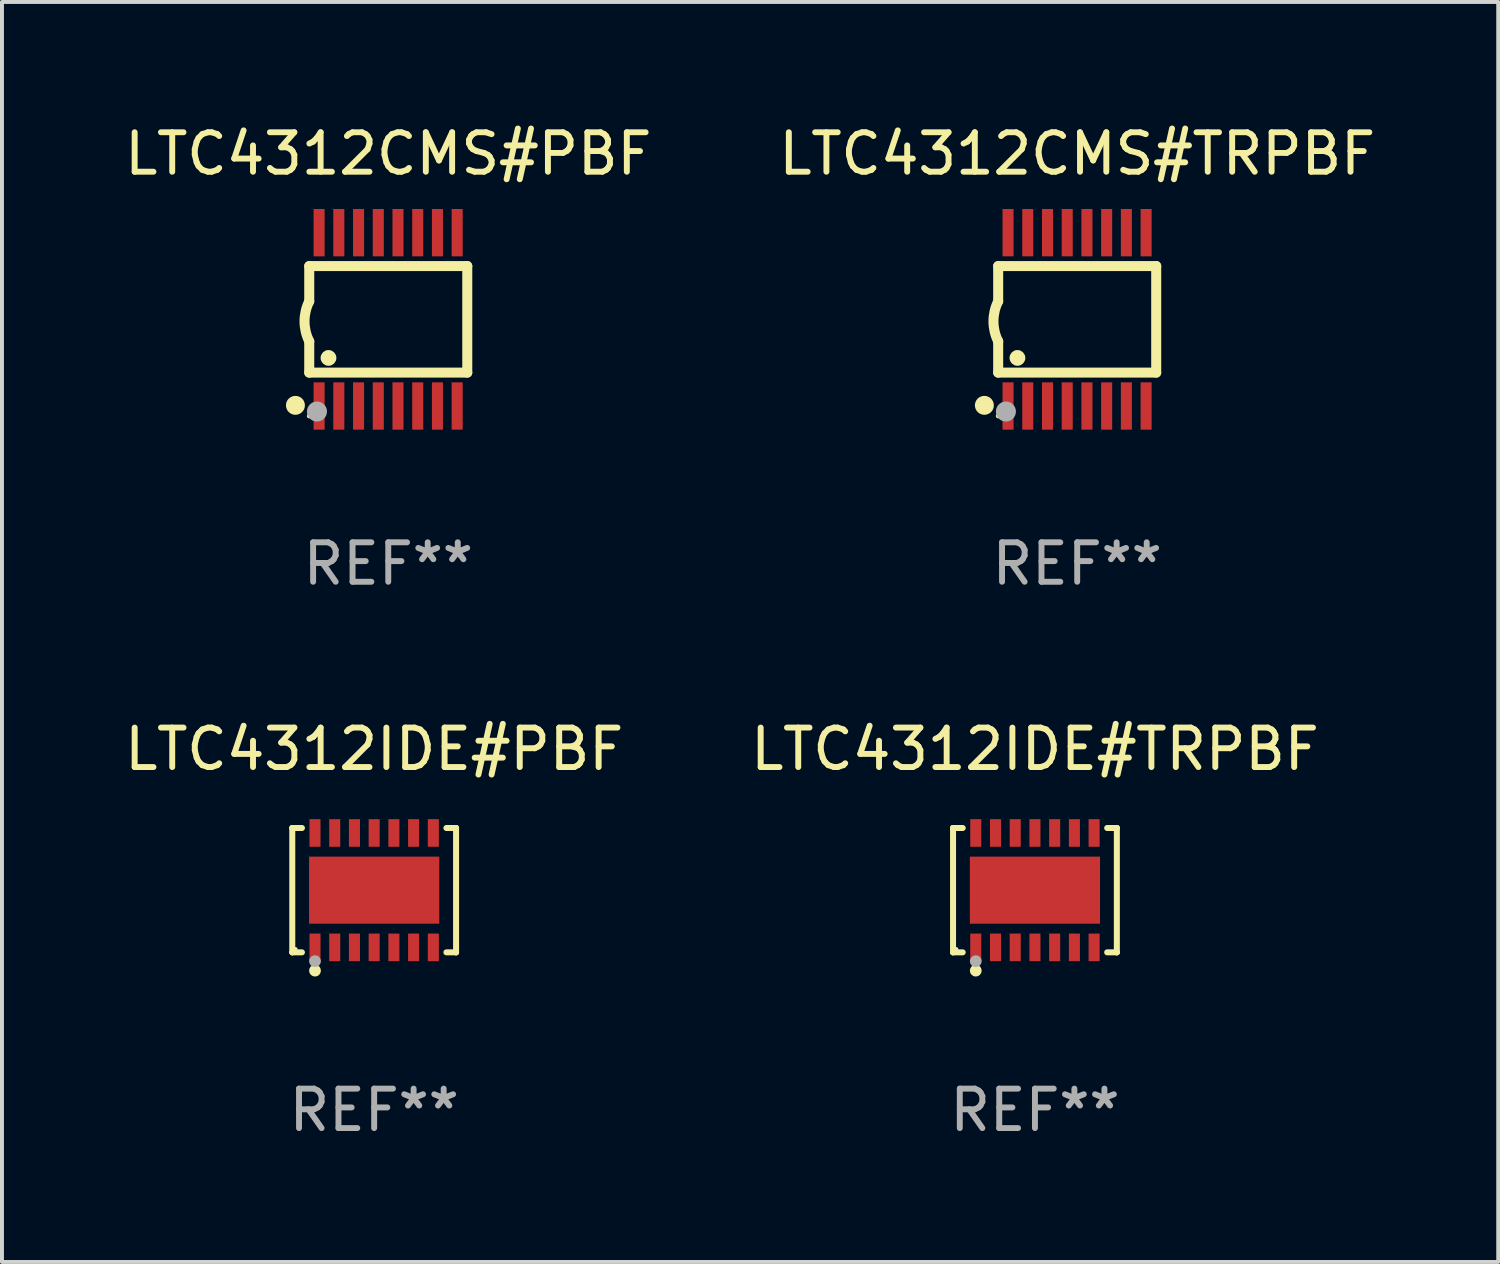
<source format=kicad_pcb>
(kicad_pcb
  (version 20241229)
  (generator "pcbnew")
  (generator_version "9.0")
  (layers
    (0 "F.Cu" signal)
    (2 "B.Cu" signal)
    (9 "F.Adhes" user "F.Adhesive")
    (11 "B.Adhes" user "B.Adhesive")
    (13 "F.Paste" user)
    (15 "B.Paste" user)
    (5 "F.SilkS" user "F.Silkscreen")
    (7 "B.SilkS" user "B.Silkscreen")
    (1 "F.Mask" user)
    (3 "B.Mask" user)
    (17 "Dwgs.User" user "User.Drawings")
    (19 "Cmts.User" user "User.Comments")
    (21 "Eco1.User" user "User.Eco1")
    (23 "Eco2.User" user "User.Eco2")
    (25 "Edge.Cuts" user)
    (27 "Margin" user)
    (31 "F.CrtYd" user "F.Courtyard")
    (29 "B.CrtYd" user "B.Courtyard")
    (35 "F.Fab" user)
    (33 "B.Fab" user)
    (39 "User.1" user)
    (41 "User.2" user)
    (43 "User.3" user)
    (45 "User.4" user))
  (footprint "LTC4312CMS#TRPBF"
    (layer "F.Cu")
    (at 24.256 5.045)
    (property "Reference" "LTC4312CMS#TRPBF" (at 0 -4.197 0) (layer "F.SilkS") (effects (font (size 1 1) (thickness 0.15))))
    (attr through_hole)
    (fp_line (start -2.003 -1.35) (end -2.003 -0.457) (stroke (width 0.254) (type solid)) (layer "F.SilkS"))
    (fp_line (start -2.003 -1.35) (end 2.003 -1.35) (stroke (width 0.254) (type solid)) (layer "F.SilkS"))
    (fp_line (start -2.003 1.35) (end -2.003 0.559) (stroke (width 0.254) (type solid)) (layer "F.SilkS"))
    (fp_line (start -2.003 1.35) (end 2.003 1.35) (stroke (width 0.254) (type solid)) (layer "F.SilkS"))
    (fp_line (start 2.003 -1.35) (end 2.003 1.35) (stroke (width 0.254) (type solid)) (layer "F.SilkS"))
    (fp_arc (start -2.002286 0.558802) (mid -2.122556 0.05092) (end -2.003302 -0.457201) (stroke (width 0.254001) (type solid)) (layer "F.SilkS"))
    (fp_circle (center -2.353 2.18) (end -2.233 2.18) (stroke (width 0.24) (type solid)) (fill no) (layer "F.SilkS"))
    (fp_circle (center -2.003 2.45) (end -1.973 2.45) (stroke (width 0.06) (type solid)) (fill no) (layer "F.SilkS"))
    (fp_circle (center -1.515 0.978) (end -1.415 0.978) (stroke (width 0.2) (type solid)) (fill no) (layer "F.SilkS"))
    (fp_circle (center -1.807 2.337) (end -1.68 2.337) (stroke (width 0.254) (type solid)) (fill no) (layer "F.Fab"))
    (fp_text user "REF**" (at 0 6.197 0) (layer "F.Fab") (effects (font (size 1 1) (thickness 0.15))))
    (pad "1" smd rect (at -1.753 2.197 90) (size 1.2 0.28) (layers "F.Cu" "F.Mask" "F.Paste"))
    (pad "2" smd rect (at -1.253 2.197 90) (size 1.2 0.28) (layers "F.Cu" "F.Mask" "F.Paste"))
    (pad "3" smd rect (at -0.753 2.197 90) (size 1.2 0.28) (layers "F.Cu" "F.Mask" "F.Paste"))
    (pad "4" smd rect (at -0.253 2.197 90) (size 1.2 0.28) (layers "F.Cu" "F.Mask" "F.Paste"))
    (pad "5" smd rect (at 0.247 2.197 90) (size 1.2 0.28) (layers "F.Cu" "F.Mask" "F.Paste"))
    (pad "6" smd rect (at 0.747 2.197 90) (size 1.2 0.28) (layers "F.Cu" "F.Mask" "F.Paste"))
    (pad "7" smd rect (at 1.247 2.197 90) (size 1.2 0.28) (layers "F.Cu" "F.Mask" "F.Paste"))
    (pad "8" smd rect (at 1.747 2.197 90) (size 1.2 0.28) (layers "F.Cu" "F.Mask" "F.Paste"))
    (pad "9" smd rect (at 1.747 -2.197 90) (size 1.2 0.28) (layers "F.Cu" "F.Mask" "F.Paste"))
    (pad "10" smd rect (at 1.247 -2.197 90) (size 1.2 0.28) (layers "F.Cu" "F.Mask" "F.Paste"))
    (pad "11" smd rect (at 0.747 -2.197 90) (size 1.2 0.28) (layers "F.Cu" "F.Mask" "F.Paste"))
    (pad "12" smd rect (at 0.247 -2.197 90) (size 1.2 0.28) (layers "F.Cu" "F.Mask" "F.Paste"))
    (pad "13" smd rect (at -0.253 -2.197 90) (size 1.2 0.28) (layers "F.Cu" "F.Mask" "F.Paste"))
    (pad "14" smd rect (at -0.753 -2.197 90) (size 1.2 0.28) (layers "F.Cu" "F.Mask" "F.Paste"))
    (pad "15" smd rect (at -1.253 -2.197 90) (size 1.2 0.28) (layers "F.Cu" "F.Mask" "F.Paste"))
    (pad "16" smd rect (at -1.753 -2.197 90) (size 1.2 0.28) (layers "F.Cu" "F.Mask" "F.Paste")))
  (footprint "LTC4312IDE#PBF"
    (layer "F.Cu")
    (at 6.435 19.515)
    (property "Reference" "LTC4312IDE#PBF" (at 0 -3.576 0) (layer "F.SilkS") (effects (font (size 1 1) (thickness 0.15))))
    (attr through_hole)
    (fp_line (start -2.076 -1.576) (end -2.076 -1.576) (stroke (width 0.152) (type solid)) (layer "F.SilkS"))
    (fp_line (start -2.076 -1.576) (end -1.831 -1.576) (stroke (width 0.152) (type solid)) (layer "F.SilkS"))
    (fp_line (start -2.076 1.576) (end -2.076 -1.576) (stroke (width 0.152) (type solid)) (layer "F.SilkS"))
    (fp_line (start -2.076 1.576) (end -2.076 1.576) (stroke (width 0.152) (type solid)) (layer "F.SilkS"))
    (fp_line (start -1.831 1.576) (end -2.076 1.576) (stroke (width 0.152) (type solid)) (layer "F.SilkS"))
    (fp_line (start 1.831 1.576) (end 2.076 1.576) (stroke (width 0.152) (type solid)) (layer "F.SilkS"))
    (fp_line (start 2.076 -1.576) (end 1.831 -1.576) (stroke (width 0.152) (type solid)) (layer "F.SilkS"))
    (fp_line (start 2.076 -1.576) (end 2.076 -1.576) (stroke (width 0.152) (type solid)) (layer "F.SilkS"))
    (fp_line (start 2.076 1.576) (end 2.076 -1.576) (stroke (width 0.152) (type solid)) (layer "F.SilkS"))
    (fp_line (start 2.076 1.576) (end 2.076 1.576) (stroke (width 0.152) (type solid)) (layer "F.SilkS"))
    (fp_circle (center -2 1.5) (end -1.97 1.5) (stroke (width 0.06) (type solid)) (fill no) (layer "F.SilkS"))
    (fp_circle (center -1.5 2.04) (end -1.425 2.04) (stroke (width 0.15) (type solid)) (fill no) (layer "F.SilkS"))
    (fp_circle (center -1.5 1.8) (end -1.425 1.8) (stroke (width 0.15) (type solid)) (fill no) (layer "F.Fab"))
    (fp_text user "REF**" (at 0 5.576 0) (layer "F.Fab") (effects (font (size 1 1) (thickness 0.15))))
    (pad "1" smd rect (at -1.5 1.45) (size 0.28 0.7) (layers "F.Cu" "F.Mask" "F.Paste"))
    (pad "2" smd rect (at -1 1.45) (size 0.28 0.7) (layers "F.Cu" "F.Mask" "F.Paste"))
    (pad "3" smd rect (at -0.5 1.45) (size 0.28 0.7) (layers "F.Cu" "F.Mask" "F.Paste"))
    (pad "4" smd rect (at 0 1.45) (size 0.28 0.7) (layers "F.Cu" "F.Mask" "F.Paste"))
    (pad "5" smd rect (at 0.5 1.45) (size 0.28 0.7) (layers "F.Cu" "F.Mask" "F.Paste"))
    (pad "6" smd rect (at 1 1.45) (size 0.28 0.7) (layers "F.Cu" "F.Mask" "F.Paste"))
    (pad "7" smd rect (at 1.5 1.45) (size 0.28 0.7) (layers "F.Cu" "F.Mask" "F.Paste"))
    (pad "8" smd rect (at 1.5 -1.45) (size 0.28 0.7) (layers "F.Cu" "F.Mask" "F.Paste"))
    (pad "9" smd rect (at 1 -1.45) (size 0.28 0.7) (layers "F.Cu" "F.Mask" "F.Paste"))
    (pad "10" smd rect (at 0.5 -1.45) (size 0.28 0.7) (layers "F.Cu" "F.Mask" "F.Paste"))
    (pad "11" smd rect (at 0 -1.45) (size 0.28 0.7) (layers "F.Cu" "F.Mask" "F.Paste"))
    (pad "12" smd rect (at -0.5 -1.45) (size 0.28 0.7) (layers "F.Cu" "F.Mask" "F.Paste"))
    (pad "13" smd rect (at -1 -1.45) (size 0.28 0.7) (layers "F.Cu" "F.Mask" "F.Paste"))
    (pad "14" smd rect (at -1.5 -1.45) (size 0.28 0.7) (layers "F.Cu" "F.Mask" "F.Paste"))
    (pad "15" smd rect (at 0 0) (size 3.3 1.7) (layers "F.Cu" "F.Mask" "F.Paste")))
  (footprint "LTC4312IDE#TRPBF"
    (layer "F.Cu")
    (at 23.185 19.515)
    (property "Reference" "LTC4312IDE#TRPBF" (at 0 -3.576 0) (layer "F.SilkS") (effects (font (size 1 1) (thickness 0.15))))
    (attr through_hole)
    (fp_line (start -2.076 -1.576) (end -2.076 -1.576) (stroke (width 0.152) (type solid)) (layer "F.SilkS"))
    (fp_line (start -2.076 -1.576) (end -1.831 -1.576) (stroke (width 0.152) (type solid)) (layer "F.SilkS"))
    (fp_line (start -2.076 1.576) (end -2.076 -1.576) (stroke (width 0.152) (type solid)) (layer "F.SilkS"))
    (fp_line (start -2.076 1.576) (end -2.076 1.576) (stroke (width 0.152) (type solid)) (layer "F.SilkS"))
    (fp_line (start -1.831 1.576) (end -2.076 1.576) (stroke (width 0.152) (type solid)) (layer "F.SilkS"))
    (fp_line (start 1.831 1.576) (end 2.076 1.576) (stroke (width 0.152) (type solid)) (layer "F.SilkS"))
    (fp_line (start 2.076 -1.576) (end 1.831 -1.576) (stroke (width 0.152) (type solid)) (layer "F.SilkS"))
    (fp_line (start 2.076 -1.576) (end 2.076 -1.576) (stroke (width 0.152) (type solid)) (layer "F.SilkS"))
    (fp_line (start 2.076 1.576) (end 2.076 -1.576) (stroke (width 0.152) (type solid)) (layer "F.SilkS"))
    (fp_line (start 2.076 1.576) (end 2.076 1.576) (stroke (width 0.152) (type solid)) (layer "F.SilkS"))
    (fp_circle (center -2 1.5) (end -1.97 1.5) (stroke (width 0.06) (type solid)) (fill no) (layer "F.SilkS"))
    (fp_circle (center -1.5 2.04) (end -1.425 2.04) (stroke (width 0.15) (type solid)) (fill no) (layer "F.SilkS"))
    (fp_circle (center -1.5 1.8) (end -1.425 1.8) (stroke (width 0.15) (type solid)) (fill no) (layer "F.Fab"))
    (fp_text user "REF**" (at 0 5.576 0) (layer "F.Fab") (effects (font (size 1 1) (thickness 0.15))))
    (pad "1" smd rect (at -1.5 1.45) (size 0.28 0.7) (layers "F.Cu" "F.Mask" "F.Paste"))
    (pad "2" smd rect (at -1 1.45) (size 0.28 0.7) (layers "F.Cu" "F.Mask" "F.Paste"))
    (pad "3" smd rect (at -0.5 1.45) (size 0.28 0.7) (layers "F.Cu" "F.Mask" "F.Paste"))
    (pad "4" smd rect (at 0 1.45) (size 0.28 0.7) (layers "F.Cu" "F.Mask" "F.Paste"))
    (pad "5" smd rect (at 0.5 1.45) (size 0.28 0.7) (layers "F.Cu" "F.Mask" "F.Paste"))
    (pad "6" smd rect (at 1 1.45) (size 0.28 0.7) (layers "F.Cu" "F.Mask" "F.Paste"))
    (pad "7" smd rect (at 1.5 1.45) (size 0.28 0.7) (layers "F.Cu" "F.Mask" "F.Paste"))
    (pad "8" smd rect (at 1.5 -1.45) (size 0.28 0.7) (layers "F.Cu" "F.Mask" "F.Paste"))
    (pad "9" smd rect (at 1 -1.45) (size 0.28 0.7) (layers "F.Cu" "F.Mask" "F.Paste"))
    (pad "10" smd rect (at 0.5 -1.45) (size 0.28 0.7) (layers "F.Cu" "F.Mask" "F.Paste"))
    (pad "11" smd rect (at 0 -1.45) (size 0.28 0.7) (layers "F.Cu" "F.Mask" "F.Paste"))
    (pad "12" smd rect (at -0.5 -1.45) (size 0.28 0.7) (layers "F.Cu" "F.Mask" "F.Paste"))
    (pad "13" smd rect (at -1 -1.45) (size 0.28 0.7) (layers "F.Cu" "F.Mask" "F.Paste"))
    (pad "14" smd rect (at -1.5 -1.45) (size 0.28 0.7) (layers "F.Cu" "F.Mask" "F.Paste"))
    (pad "15" smd rect (at 0 0) (size 3.3 1.7) (layers "F.Cu" "F.Mask" "F.Paste")))
  (footprint "LTC4312CMS#PBF"
    (layer "F.Cu")
    (at 6.792 5.045)
    (property "Reference" "LTC4312CMS#PBF" (at 0 -4.197 0) (layer "F.SilkS") (effects (font (size 1 1) (thickness 0.15))))
    (attr through_hole)
    (fp_line (start -2.003 -1.35) (end -2.003 -0.457) (stroke (width 0.254) (type solid)) (layer "F.SilkS"))
    (fp_line (start -2.003 -1.35) (end 2.003 -1.35) (stroke (width 0.254) (type solid)) (layer "F.SilkS"))
    (fp_line (start -2.003 1.35) (end -2.003 0.559) (stroke (width 0.254) (type solid)) (layer "F.SilkS"))
    (fp_line (start -2.003 1.35) (end 2.003 1.35) (stroke (width 0.254) (type solid)) (layer "F.SilkS"))
    (fp_line (start 2.003 -1.35) (end 2.003 1.35) (stroke (width 0.254) (type solid)) (layer "F.SilkS"))
    (fp_arc (start -2.002286 0.558802) (mid -2.122556 0.05092) (end -2.003302 -0.457201) (stroke (width 0.254001) (type solid)) (layer "F.SilkS"))
    (fp_circle (center -2.353 2.18) (end -2.233 2.18) (stroke (width 0.24) (type solid)) (fill no) (layer "F.SilkS"))
    (fp_circle (center -2.003 2.45) (end -1.973 2.45) (stroke (width 0.06) (type solid)) (fill no) (layer "F.SilkS"))
    (fp_circle (center -1.515 0.978) (end -1.415 0.978) (stroke (width 0.2) (type solid)) (fill no) (layer "F.SilkS"))
    (fp_circle (center -1.807 2.337) (end -1.68 2.337) (stroke (width 0.254) (type solid)) (fill no) (layer "F.Fab"))
    (fp_text user "REF**" (at 0 6.197 0) (layer "F.Fab") (effects (font (size 1 1) (thickness 0.15))))
    (pad "1" smd rect (at -1.753 2.197 90) (size 1.2 0.28) (layers "F.Cu" "F.Mask" "F.Paste"))
    (pad "2" smd rect (at -1.253 2.197 90) (size 1.2 0.28) (layers "F.Cu" "F.Mask" "F.Paste"))
    (pad "3" smd rect (at -0.753 2.197 90) (size 1.2 0.28) (layers "F.Cu" "F.Mask" "F.Paste"))
    (pad "4" smd rect (at -0.253 2.197 90) (size 1.2 0.28) (layers "F.Cu" "F.Mask" "F.Paste"))
    (pad "5" smd rect (at 0.247 2.197 90) (size 1.2 0.28) (layers "F.Cu" "F.Mask" "F.Paste"))
    (pad "6" smd rect (at 0.747 2.197 90) (size 1.2 0.28) (layers "F.Cu" "F.Mask" "F.Paste"))
    (pad "7" smd rect (at 1.247 2.197 90) (size 1.2 0.28) (layers "F.Cu" "F.Mask" "F.Paste"))
    (pad "8" smd rect (at 1.747 2.197 90) (size 1.2 0.28) (layers "F.Cu" "F.Mask" "F.Paste"))
    (pad "9" smd rect (at 1.747 -2.197 90) (size 1.2 0.28) (layers "F.Cu" "F.Mask" "F.Paste"))
    (pad "10" smd rect (at 1.247 -2.197 90) (size 1.2 0.28) (layers "F.Cu" "F.Mask" "F.Paste"))
    (pad "11" smd rect (at 0.747 -2.197 90) (size 1.2 0.28) (layers "F.Cu" "F.Mask" "F.Paste"))
    (pad "12" smd rect (at 0.247 -2.197 90) (size 1.2 0.28) (layers "F.Cu" "F.Mask" "F.Paste"))
    (pad "13" smd rect (at -0.253 -2.197 90) (size 1.2 0.28) (layers "F.Cu" "F.Mask" "F.Paste"))
    (pad "14" smd rect (at -0.753 -2.197 90) (size 1.2 0.28) (layers "F.Cu" "F.Mask" "F.Paste"))
    (pad "15" smd rect (at -1.253 -2.197 90) (size 1.2 0.28) (layers "F.Cu" "F.Mask" "F.Paste"))
    (pad "16" smd rect (at -1.753 -2.197 90) (size 1.2 0.28) (layers "F.Cu" "F.Mask" "F.Paste")))
  (gr_rect
    (start -3 -3)
    (end 34.929 28.94)
    (stroke (width 0.1) (type default))
    (fill no)
    (layer "Edge.Cuts")))
</source>
